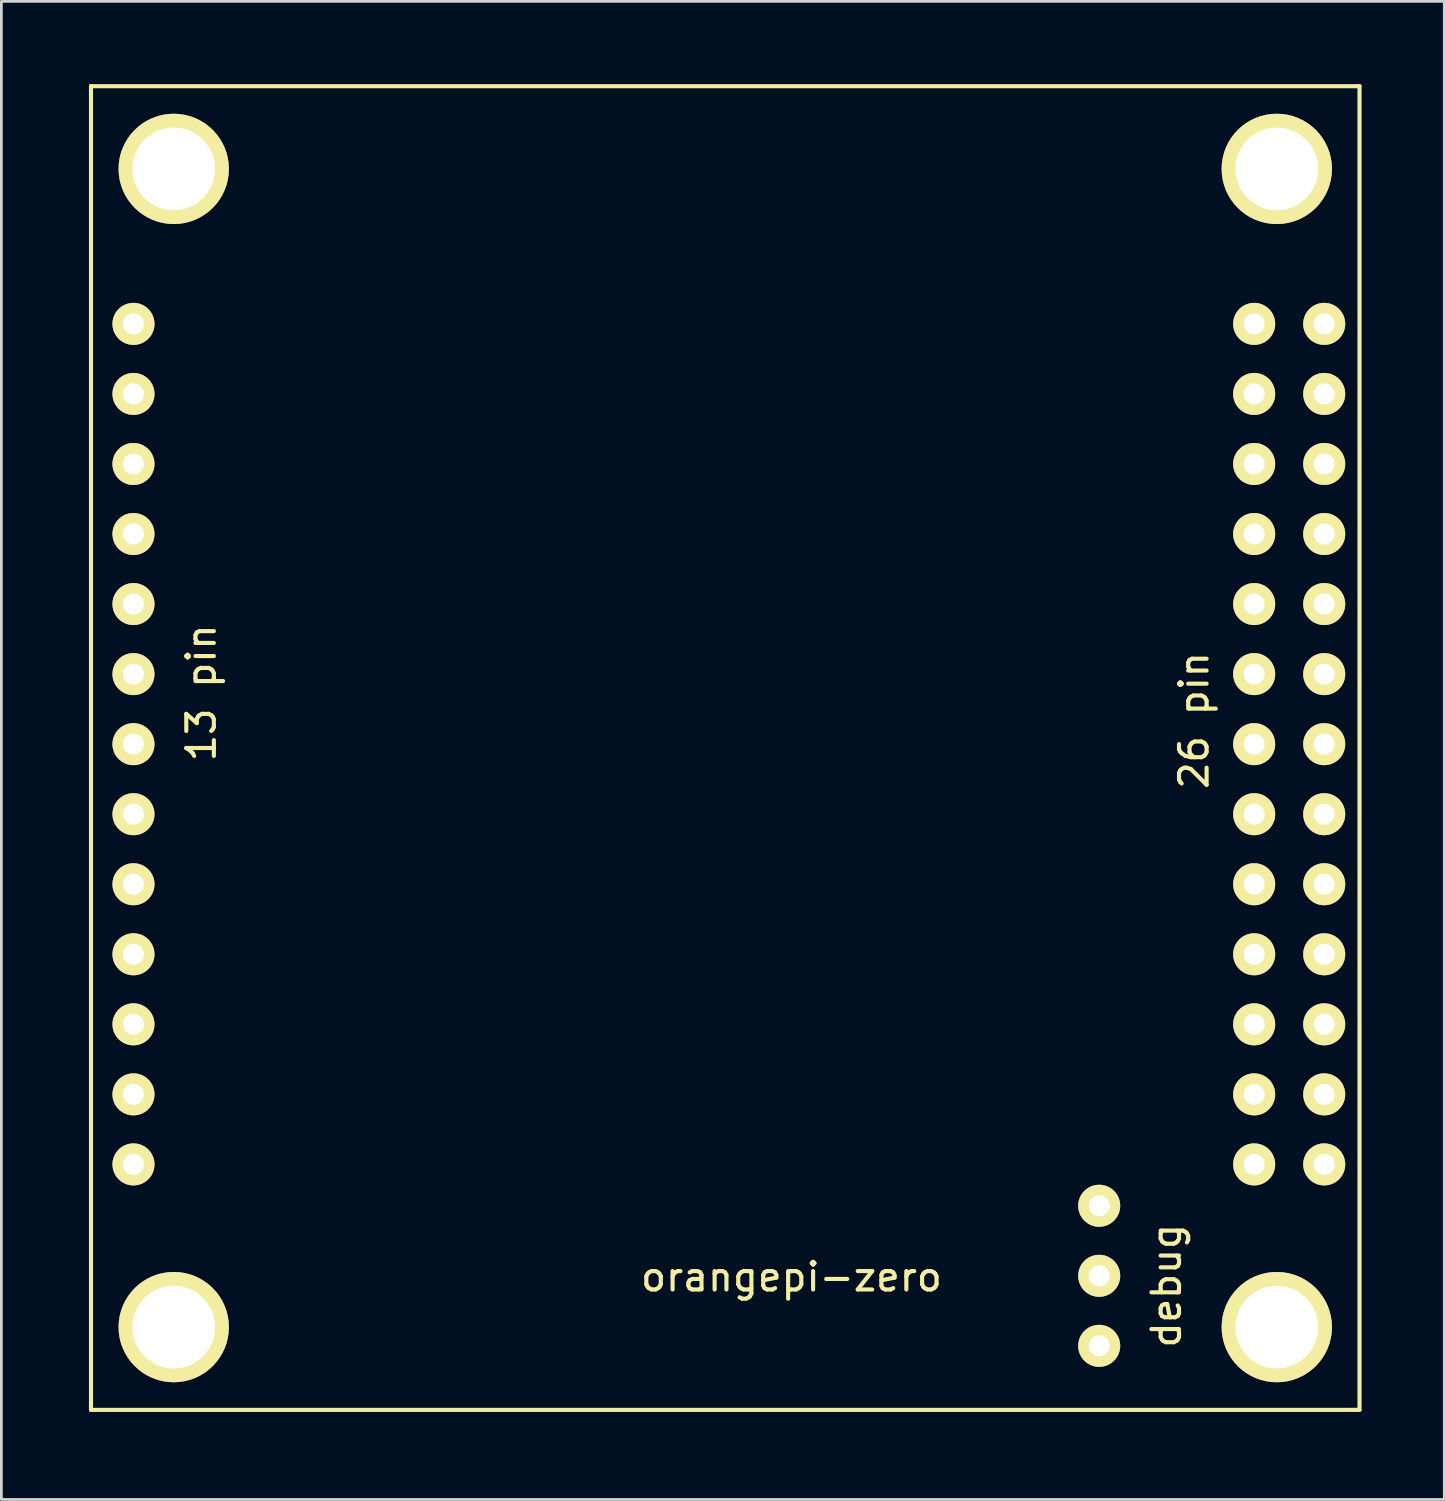
<source format=kicad_pcb>
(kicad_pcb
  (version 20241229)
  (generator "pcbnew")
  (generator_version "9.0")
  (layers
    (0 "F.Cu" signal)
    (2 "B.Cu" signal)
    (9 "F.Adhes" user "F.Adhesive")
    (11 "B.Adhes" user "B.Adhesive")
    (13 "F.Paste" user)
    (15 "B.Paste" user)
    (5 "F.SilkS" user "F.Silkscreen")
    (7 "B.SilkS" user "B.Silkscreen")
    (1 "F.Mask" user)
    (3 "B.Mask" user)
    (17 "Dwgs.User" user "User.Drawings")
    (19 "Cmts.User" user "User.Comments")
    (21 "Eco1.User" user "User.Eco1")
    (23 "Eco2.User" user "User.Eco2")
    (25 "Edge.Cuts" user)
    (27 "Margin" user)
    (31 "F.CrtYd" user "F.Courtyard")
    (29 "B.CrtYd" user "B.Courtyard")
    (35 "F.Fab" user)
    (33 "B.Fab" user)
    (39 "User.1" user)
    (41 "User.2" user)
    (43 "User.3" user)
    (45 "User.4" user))
  (footprint "orangepi-zero"
    (layer "F.Cu")
    (at 0.25 48.075)
    (property "Reference" "orangepi-zero" (at 25.4 -4.82 180) (layer "F.SilkS") (effects (font (size 1 1) (thickness 0.15))))
    (attr through_hole)
    (fp_line (start 0 -48) (end 0 0) (stroke (width 0.15) (type solid)) (layer "F.SilkS"))
    (fp_line (start 0 0) (end 46 0) (stroke (width 0.15) (type solid)) (layer "F.SilkS"))
    (fp_line (start 46 -48) (end 0 -48) (stroke (width 0.15) (type solid)) (layer "F.SilkS"))
    (fp_line (start 46 0) (end 46 -48) (stroke (width 0.15) (type solid)) (layer "F.SilkS"))
    (fp_text user "26 pin" (at 40 -25 270) (layer "F.SilkS") (effects (font (size 1 1) (thickness 0.15))))
    (fp_text user "13 pin" (at 4 -26 270) (layer "F.SilkS") (effects (font (size 1 1) (thickness 0.15))))
    (fp_text user "debug" (at 39 -4.5 270) (layer "F.SilkS") (effects (font (size 1 1) (thickness 0.15))))
    (pad "" thru_hole circle (at 3 -45 180) (size 4 4) (drill 3) (layers "*.Cu" "*.Mask" "F.SilkS"))
    (pad "" thru_hole circle (at 3 -3 180) (size 4 4) (drill 3) (layers "*.Cu" "*.Mask" "F.SilkS"))
    (pad "" thru_hole circle (at 43 -45 180) (size 4 4) (drill 3) (layers "*.Cu" "*.Mask" "F.SilkS"))
    (pad "" thru_hole circle (at 43 -3 180) (size 4 4) (drill 3) (layers "*.Cu" "*.Mask" "F.SilkS"))
    (pad "1" thru_hole circle (at 1.54 -8.9 180) (size 1.524 1.524) (drill 0.762) (layers "*.Cu" "*.Mask" "F.SilkS"))
    (pad "2" thru_hole circle (at 1.54 -11.44 180) (size 1.524 1.524) (drill 0.762) (layers "*.Cu" "*.Mask" "F.SilkS"))
    (pad "3" thru_hole circle (at 1.54 -13.98 180) (size 1.524 1.524) (drill 0.762) (layers "*.Cu" "*.Mask" "F.SilkS"))
    (pad "4" thru_hole circle (at 1.54 -16.52 180) (size 1.524 1.524) (drill 0.762) (layers "*.Cu" "*.Mask" "F.SilkS"))
    (pad "5" thru_hole circle (at 1.54 -19.06 180) (size 1.524 1.524) (drill 0.762) (layers "*.Cu" "*.Mask" "F.SilkS"))
    (pad "6" thru_hole circle (at 1.54 -21.6 180) (size 1.524 1.524) (drill 0.762) (layers "*.Cu" "*.Mask" "F.SilkS"))
    (pad "7" thru_hole circle (at 1.54 -24.14 180) (size 1.524 1.524) (drill 0.762) (layers "*.Cu" "*.Mask" "F.SilkS"))
    (pad "8" thru_hole circle (at 1.54 -26.68 180) (size 1.524 1.524) (drill 0.762) (layers "*.Cu" "*.Mask" "F.SilkS"))
    (pad "9" thru_hole circle (at 1.54 -29.22 180) (size 1.524 1.524) (drill 0.762) (layers "*.Cu" "*.Mask" "F.SilkS"))
    (pad "10" thru_hole circle (at 1.54 -31.76 180) (size 1.524 1.524) (drill 0.762) (layers "*.Cu" "*.Mask" "F.SilkS"))
    (pad "11" thru_hole circle (at 1.54 -34.3 180) (size 1.524 1.524) (drill 0.762) (layers "*.Cu" "*.Mask" "F.SilkS"))
    (pad "12" thru_hole circle (at 1.54 -36.84 180) (size 1.524 1.524) (drill 0.762) (layers "*.Cu" "*.Mask" "F.SilkS"))
    (pad "13" thru_hole circle (at 1.54 -39.38 180) (size 1.524 1.524) (drill 0.762) (layers "*.Cu" "*.Mask" "F.SilkS"))
    (pad "101" thru_hole circle (at 44.72 -39.38 180) (size 1.524 1.524) (drill 0.762) (layers "*.Cu" "*.Mask" "F.SilkS"))
    (pad "102" thru_hole circle (at 42.18 -39.38 180) (size 1.524 1.524) (drill 0.762) (layers "*.Cu" "*.Mask" "F.SilkS"))
    (pad "103" thru_hole circle (at 44.72 -36.84 180) (size 1.524 1.524) (drill 0.762) (layers "*.Cu" "*.Mask" "F.SilkS"))
    (pad "104" thru_hole circle (at 42.18 -36.84 180) (size 1.524 1.524) (drill 0.762) (layers "*.Cu" "*.Mask" "F.SilkS"))
    (pad "105" thru_hole circle (at 44.72 -34.3 180) (size 1.524 1.524) (drill 0.762) (layers "*.Cu" "*.Mask" "F.SilkS"))
    (pad "106" thru_hole circle (at 42.18 -34.3 180) (size 1.524 1.524) (drill 0.762) (layers "*.Cu" "*.Mask" "F.SilkS"))
    (pad "107" thru_hole circle (at 44.72 -31.76 180) (size 1.524 1.524) (drill 0.762) (layers "*.Cu" "*.Mask" "F.SilkS"))
    (pad "108" thru_hole circle (at 42.18 -31.76 180) (size 1.524 1.524) (drill 0.762) (layers "*.Cu" "*.Mask" "F.SilkS"))
    (pad "109" thru_hole circle (at 44.72 -29.22 180) (size 1.524 1.524) (drill 0.762) (layers "*.Cu" "*.Mask" "F.SilkS"))
    (pad "110" thru_hole circle (at 42.18 -29.22 180) (size 1.524 1.524) (drill 0.762) (layers "*.Cu" "*.Mask" "F.SilkS"))
    (pad "111" thru_hole circle (at 44.72 -26.68 180) (size 1.524 1.524) (drill 0.762) (layers "*.Cu" "*.Mask" "F.SilkS"))
    (pad "112" thru_hole circle (at 42.18 -26.68 180) (size 1.524 1.524) (drill 0.762) (layers "*.Cu" "*.Mask" "F.SilkS"))
    (pad "113" thru_hole circle (at 44.72 -24.14 180) (size 1.524 1.524) (drill 0.762) (layers "*.Cu" "*.Mask" "F.SilkS"))
    (pad "114" thru_hole circle (at 42.18 -24.14 180) (size 1.524 1.524) (drill 0.762) (layers "*.Cu" "*.Mask" "F.SilkS"))
    (pad "115" thru_hole circle (at 44.72 -21.6 180) (size 1.524 1.524) (drill 0.762) (layers "*.Cu" "*.Mask" "F.SilkS"))
    (pad "116" thru_hole circle (at 42.18 -21.6 180) (size 1.524 1.524) (drill 0.762) (layers "*.Cu" "*.Mask" "F.SilkS"))
    (pad "117" thru_hole circle (at 44.72 -19.06 180) (size 1.524 1.524) (drill 0.762) (layers "*.Cu" "*.Mask" "F.SilkS"))
    (pad "118" thru_hole circle (at 42.18 -19.06 180) (size 1.524 1.524) (drill 0.762) (layers "*.Cu" "*.Mask" "F.SilkS"))
    (pad "119" thru_hole circle (at 44.72 -16.52 180) (size 1.524 1.524) (drill 0.762) (layers "*.Cu" "*.Mask" "F.SilkS"))
    (pad "120" thru_hole circle (at 42.18 -16.52 180) (size 1.524 1.524) (drill 0.762) (layers "*.Cu" "*.Mask" "F.SilkS"))
    (pad "121" thru_hole circle (at 44.72 -13.98 180) (size 1.524 1.524) (drill 0.762) (layers "*.Cu" "*.Mask" "F.SilkS"))
    (pad "122" thru_hole circle (at 42.18 -13.98 180) (size 1.524 1.524) (drill 0.762) (layers "*.Cu" "*.Mask" "F.SilkS"))
    (pad "123" thru_hole circle (at 44.72 -11.44 180) (size 1.524 1.524) (drill 0.762) (layers "*.Cu" "*.Mask" "F.SilkS"))
    (pad "124" thru_hole circle (at 42.18 -11.44 180) (size 1.524 1.524) (drill 0.762) (layers "*.Cu" "*.Mask" "F.SilkS"))
    (pad "125" thru_hole circle (at 44.72 -8.9 180) (size 1.524 1.524) (drill 0.762) (layers "*.Cu" "*.Mask" "F.SilkS"))
    (pad "126" thru_hole circle (at 42.18 -8.9 180) (size 1.524 1.524) (drill 0.762) (layers "*.Cu" "*.Mask" "F.SilkS"))
    (pad "201" thru_hole circle (at 36.56 -2.32 180) (size 1.524 1.524) (drill 0.762) (layers "*.Cu" "*.Mask" "F.SilkS"))
    (pad "202" thru_hole circle (at 36.56 -4.86 180) (size 1.524 1.524) (drill 0.762) (layers "*.Cu" "*.Mask" "F.SilkS"))
    (pad "203" thru_hole circle (at 36.56 -7.4 180) (size 1.524 1.524) (drill 0.762) (layers "*.Cu" "*.Mask" "F.SilkS")))
  (gr_rect
    (start -3 -3)
    (end 49.325 51.325)
    (stroke (width 0.1) (type default))
    (fill no)
    (layer "Edge.Cuts")))
</source>
